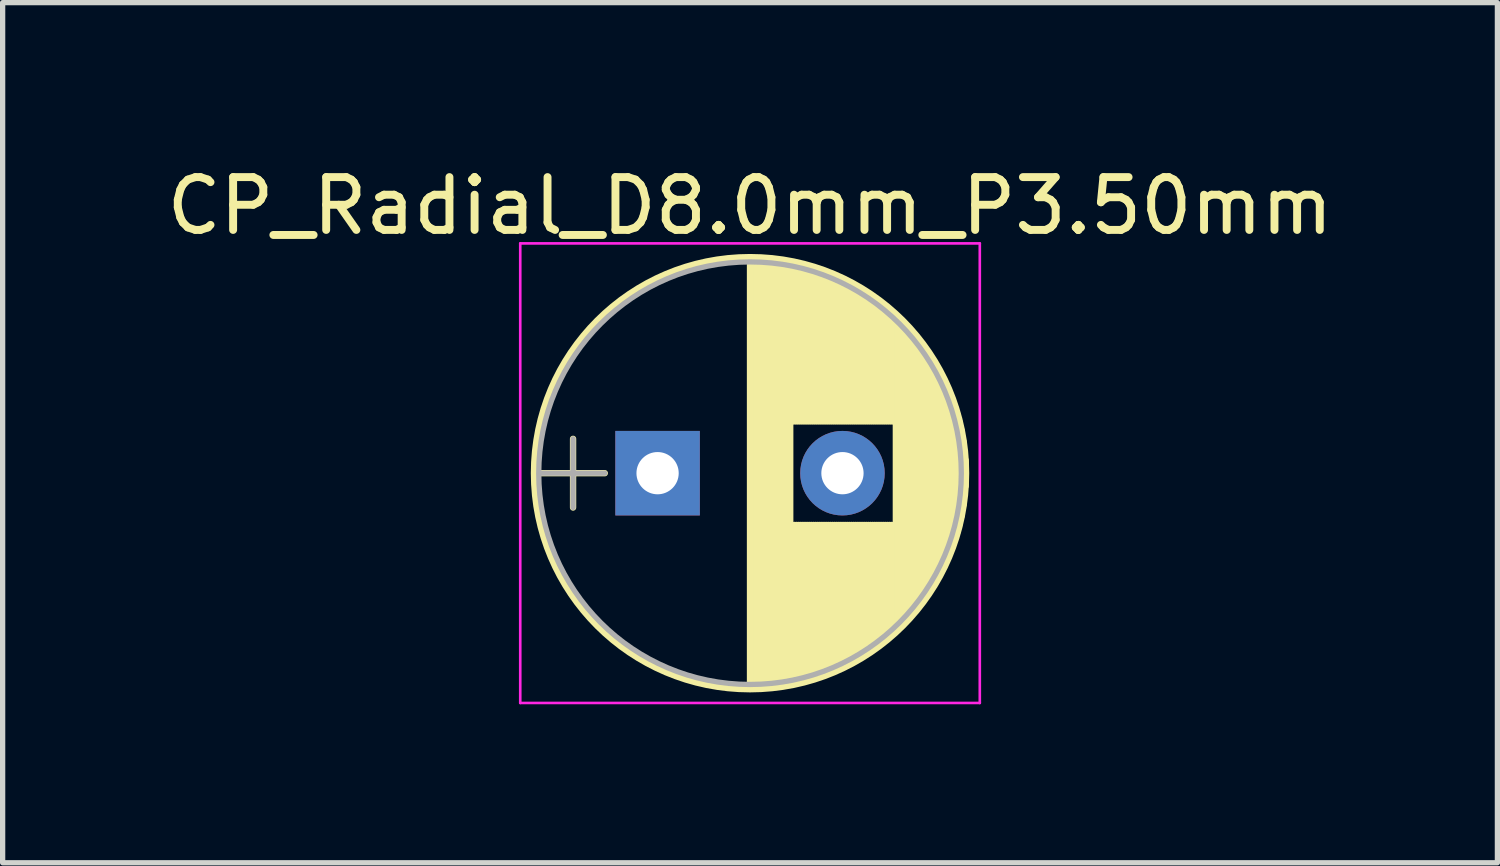
<source format=kicad_pcb>
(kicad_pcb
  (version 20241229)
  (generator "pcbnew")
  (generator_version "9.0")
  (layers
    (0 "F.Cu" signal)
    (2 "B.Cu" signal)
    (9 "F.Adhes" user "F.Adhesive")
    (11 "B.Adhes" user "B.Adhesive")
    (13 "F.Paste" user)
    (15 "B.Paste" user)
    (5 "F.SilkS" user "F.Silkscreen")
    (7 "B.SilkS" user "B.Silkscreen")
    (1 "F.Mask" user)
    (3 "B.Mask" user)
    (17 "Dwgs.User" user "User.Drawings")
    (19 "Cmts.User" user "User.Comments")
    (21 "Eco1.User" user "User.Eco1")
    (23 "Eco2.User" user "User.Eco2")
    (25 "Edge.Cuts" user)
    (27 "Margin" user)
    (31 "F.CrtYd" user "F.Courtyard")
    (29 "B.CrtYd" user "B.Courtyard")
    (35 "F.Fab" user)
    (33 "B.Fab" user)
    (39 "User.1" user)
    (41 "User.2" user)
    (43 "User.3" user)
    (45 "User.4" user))
  (footprint "CP_Radial_D8.0mm_P3.50mm"
    (layer "F.Cu")
    (at 9.399 5.908)
    (property "Reference" "CP_Radial_D8.0mm_P3.50mm" (at 1.75 -5.06 0) (layer "F.SilkS") (effects (font (size 1 1) (thickness 0.15))))
    (attr through_hole)
    (fp_line (start -2.2 0) (end -1 0) (stroke (width 0.12) (type solid)) (layer "F.SilkS"))
    (fp_line (start -1.6 -0.65) (end -1.6 0.65) (stroke (width 0.12) (type solid)) (layer "F.SilkS"))
    (fp_line (start 1.75 -4.05) (end 1.75 4.05) (stroke (width 0.12) (type solid)) (layer "F.SilkS"))
    (fp_line (start 1.79 -4.05) (end 1.79 4.05) (stroke (width 0.12) (type solid)) (layer "F.SilkS"))
    (fp_line (start 1.83 -4.05) (end 1.83 4.05) (stroke (width 0.12) (type solid)) (layer "F.SilkS"))
    (fp_line (start 1.87 -4.049) (end 1.87 4.049) (stroke (width 0.12) (type solid)) (layer "F.SilkS"))
    (fp_line (start 1.91 -4.047) (end 1.91 4.047) (stroke (width 0.12) (type solid)) (layer "F.SilkS"))
    (fp_line (start 1.95 -4.046) (end 1.95 4.046) (stroke (width 0.12) (type solid)) (layer "F.SilkS"))
    (fp_line (start 1.99 -4.043) (end 1.99 4.043) (stroke (width 0.12) (type solid)) (layer "F.SilkS"))
    (fp_line (start 2.03 -4.041) (end 2.03 4.041) (stroke (width 0.12) (type solid)) (layer "F.SilkS"))
    (fp_line (start 2.07 -4.038) (end 2.07 4.038) (stroke (width 0.12) (type solid)) (layer "F.SilkS"))
    (fp_line (start 2.11 -4.035) (end 2.11 4.035) (stroke (width 0.12) (type solid)) (layer "F.SilkS"))
    (fp_line (start 2.15 -4.031) (end 2.15 4.031) (stroke (width 0.12) (type solid)) (layer "F.SilkS"))
    (fp_line (start 2.19 -4.027) (end 2.19 4.027) (stroke (width 0.12) (type solid)) (layer "F.SilkS"))
    (fp_line (start 2.23 -4.022) (end 2.23 4.022) (stroke (width 0.12) (type solid)) (layer "F.SilkS"))
    (fp_line (start 2.27 -4.017) (end 2.27 4.017) (stroke (width 0.12) (type solid)) (layer "F.SilkS"))
    (fp_line (start 2.31 -4.012) (end 2.31 4.012) (stroke (width 0.12) (type solid)) (layer "F.SilkS"))
    (fp_line (start 2.35 -4.006) (end 2.35 4.006) (stroke (width 0.12) (type solid)) (layer "F.SilkS"))
    (fp_line (start 2.39 -4) (end 2.39 4) (stroke (width 0.12) (type solid)) (layer "F.SilkS"))
    (fp_line (start 2.43 -3.994) (end 2.43 3.994) (stroke (width 0.12) (type solid)) (layer "F.SilkS"))
    (fp_line (start 2.471 -3.987) (end 2.471 3.987) (stroke (width 0.12) (type solid)) (layer "F.SilkS"))
    (fp_line (start 2.511 -3.979) (end 2.511 3.979) (stroke (width 0.12) (type solid)) (layer "F.SilkS"))
    (fp_line (start 2.551 -3.971) (end 2.551 -0.98) (stroke (width 0.12) (type solid)) (layer "F.SilkS"))
    (fp_line (start 2.551 0.98) (end 2.551 3.971) (stroke (width 0.12) (type solid)) (layer "F.SilkS"))
    (fp_line (start 2.591 -3.963) (end 2.591 -0.98) (stroke (width 0.12) (type solid)) (layer "F.SilkS"))
    (fp_line (start 2.591 0.98) (end 2.591 3.963) (stroke (width 0.12) (type solid)) (layer "F.SilkS"))
    (fp_line (start 2.631 -3.955) (end 2.631 -0.98) (stroke (width 0.12) (type solid)) (layer "F.SilkS"))
    (fp_line (start 2.631 0.98) (end 2.631 3.955) (stroke (width 0.12) (type solid)) (layer "F.SilkS"))
    (fp_line (start 2.671 -3.946) (end 2.671 -0.98) (stroke (width 0.12) (type solid)) (layer "F.SilkS"))
    (fp_line (start 2.671 0.98) (end 2.671 3.946) (stroke (width 0.12) (type solid)) (layer "F.SilkS"))
    (fp_line (start 2.711 -3.936) (end 2.711 -0.98) (stroke (width 0.12) (type solid)) (layer "F.SilkS"))
    (fp_line (start 2.711 0.98) (end 2.711 3.936) (stroke (width 0.12) (type solid)) (layer "F.SilkS"))
    (fp_line (start 2.751 -3.926) (end 2.751 -0.98) (stroke (width 0.12) (type solid)) (layer "F.SilkS"))
    (fp_line (start 2.751 0.98) (end 2.751 3.926) (stroke (width 0.12) (type solid)) (layer "F.SilkS"))
    (fp_line (start 2.791 -3.916) (end 2.791 -0.98) (stroke (width 0.12) (type solid)) (layer "F.SilkS"))
    (fp_line (start 2.791 0.98) (end 2.791 3.916) (stroke (width 0.12) (type solid)) (layer "F.SilkS"))
    (fp_line (start 2.831 -3.905) (end 2.831 -0.98) (stroke (width 0.12) (type solid)) (layer "F.SilkS"))
    (fp_line (start 2.831 0.98) (end 2.831 3.905) (stroke (width 0.12) (type solid)) (layer "F.SilkS"))
    (fp_line (start 2.871 -3.894) (end 2.871 -0.98) (stroke (width 0.12) (type solid)) (layer "F.SilkS"))
    (fp_line (start 2.871 0.98) (end 2.871 3.894) (stroke (width 0.12) (type solid)) (layer "F.SilkS"))
    (fp_line (start 2.911 -3.883) (end 2.911 -0.98) (stroke (width 0.12) (type solid)) (layer "F.SilkS"))
    (fp_line (start 2.911 0.98) (end 2.911 3.883) (stroke (width 0.12) (type solid)) (layer "F.SilkS"))
    (fp_line (start 2.951 -3.87) (end 2.951 -0.98) (stroke (width 0.12) (type solid)) (layer "F.SilkS"))
    (fp_line (start 2.951 0.98) (end 2.951 3.87) (stroke (width 0.12) (type solid)) (layer "F.SilkS"))
    (fp_line (start 2.991 -3.858) (end 2.991 -0.98) (stroke (width 0.12) (type solid)) (layer "F.SilkS"))
    (fp_line (start 2.991 0.98) (end 2.991 3.858) (stroke (width 0.12) (type solid)) (layer "F.SilkS"))
    (fp_line (start 3.031 -3.845) (end 3.031 -0.98) (stroke (width 0.12) (type solid)) (layer "F.SilkS"))
    (fp_line (start 3.031 0.98) (end 3.031 3.845) (stroke (width 0.12) (type solid)) (layer "F.SilkS"))
    (fp_line (start 3.071 -3.832) (end 3.071 -0.98) (stroke (width 0.12) (type solid)) (layer "F.SilkS"))
    (fp_line (start 3.071 0.98) (end 3.071 3.832) (stroke (width 0.12) (type solid)) (layer "F.SilkS"))
    (fp_line (start 3.111 -3.818) (end 3.111 -0.98) (stroke (width 0.12) (type solid)) (layer "F.SilkS"))
    (fp_line (start 3.111 0.98) (end 3.111 3.818) (stroke (width 0.12) (type solid)) (layer "F.SilkS"))
    (fp_line (start 3.151 -3.803) (end 3.151 -0.98) (stroke (width 0.12) (type solid)) (layer "F.SilkS"))
    (fp_line (start 3.151 0.98) (end 3.151 3.803) (stroke (width 0.12) (type solid)) (layer "F.SilkS"))
    (fp_line (start 3.191 -3.789) (end 3.191 -0.98) (stroke (width 0.12) (type solid)) (layer "F.SilkS"))
    (fp_line (start 3.191 0.98) (end 3.191 3.789) (stroke (width 0.12) (type solid)) (layer "F.SilkS"))
    (fp_line (start 3.231 -3.773) (end 3.231 -0.98) (stroke (width 0.12) (type solid)) (layer "F.SilkS"))
    (fp_line (start 3.231 0.98) (end 3.231 3.773) (stroke (width 0.12) (type solid)) (layer "F.SilkS"))
    (fp_line (start 3.271 -3.758) (end 3.271 -0.98) (stroke (width 0.12) (type solid)) (layer "F.SilkS"))
    (fp_line (start 3.271 0.98) (end 3.271 3.758) (stroke (width 0.12) (type solid)) (layer "F.SilkS"))
    (fp_line (start 3.311 -3.741) (end 3.311 -0.98) (stroke (width 0.12) (type solid)) (layer "F.SilkS"))
    (fp_line (start 3.311 0.98) (end 3.311 3.741) (stroke (width 0.12) (type solid)) (layer "F.SilkS"))
    (fp_line (start 3.351 -3.725) (end 3.351 -0.98) (stroke (width 0.12) (type solid)) (layer "F.SilkS"))
    (fp_line (start 3.351 0.98) (end 3.351 3.725) (stroke (width 0.12) (type solid)) (layer "F.SilkS"))
    (fp_line (start 3.391 -3.707) (end 3.391 -0.98) (stroke (width 0.12) (type solid)) (layer "F.SilkS"))
    (fp_line (start 3.391 0.98) (end 3.391 3.707) (stroke (width 0.12) (type solid)) (layer "F.SilkS"))
    (fp_line (start 3.431 -3.69) (end 3.431 -0.98) (stroke (width 0.12) (type solid)) (layer "F.SilkS"))
    (fp_line (start 3.431 0.98) (end 3.431 3.69) (stroke (width 0.12) (type solid)) (layer "F.SilkS"))
    (fp_line (start 3.471 -3.671) (end 3.471 -0.98) (stroke (width 0.12) (type solid)) (layer "F.SilkS"))
    (fp_line (start 3.471 0.98) (end 3.471 3.671) (stroke (width 0.12) (type solid)) (layer "F.SilkS"))
    (fp_line (start 3.511 -3.652) (end 3.511 -0.98) (stroke (width 0.12) (type solid)) (layer "F.SilkS"))
    (fp_line (start 3.511 0.98) (end 3.511 3.652) (stroke (width 0.12) (type solid)) (layer "F.SilkS"))
    (fp_line (start 3.551 -3.633) (end 3.551 -0.98) (stroke (width 0.12) (type solid)) (layer "F.SilkS"))
    (fp_line (start 3.551 0.98) (end 3.551 3.633) (stroke (width 0.12) (type solid)) (layer "F.SilkS"))
    (fp_line (start 3.591 -3.613) (end 3.591 -0.98) (stroke (width 0.12) (type solid)) (layer "F.SilkS"))
    (fp_line (start 3.591 0.98) (end 3.591 3.613) (stroke (width 0.12) (type solid)) (layer "F.SilkS"))
    (fp_line (start 3.631 -3.593) (end 3.631 -0.98) (stroke (width 0.12) (type solid)) (layer "F.SilkS"))
    (fp_line (start 3.631 0.98) (end 3.631 3.593) (stroke (width 0.12) (type solid)) (layer "F.SilkS"))
    (fp_line (start 3.671 -3.572) (end 3.671 -0.98) (stroke (width 0.12) (type solid)) (layer "F.SilkS"))
    (fp_line (start 3.671 0.98) (end 3.671 3.572) (stroke (width 0.12) (type solid)) (layer "F.SilkS"))
    (fp_line (start 3.711 -3.55) (end 3.711 -0.98) (stroke (width 0.12) (type solid)) (layer "F.SilkS"))
    (fp_line (start 3.711 0.98) (end 3.711 3.55) (stroke (width 0.12) (type solid)) (layer "F.SilkS"))
    (fp_line (start 3.751 -3.528) (end 3.751 -0.98) (stroke (width 0.12) (type solid)) (layer "F.SilkS"))
    (fp_line (start 3.751 0.98) (end 3.751 3.528) (stroke (width 0.12) (type solid)) (layer "F.SilkS"))
    (fp_line (start 3.791 -3.505) (end 3.791 -0.98) (stroke (width 0.12) (type solid)) (layer "F.SilkS"))
    (fp_line (start 3.791 0.98) (end 3.791 3.505) (stroke (width 0.12) (type solid)) (layer "F.SilkS"))
    (fp_line (start 3.831 -3.482) (end 3.831 -0.98) (stroke (width 0.12) (type solid)) (layer "F.SilkS"))
    (fp_line (start 3.831 0.98) (end 3.831 3.482) (stroke (width 0.12) (type solid)) (layer "F.SilkS"))
    (fp_line (start 3.871 -3.458) (end 3.871 -0.98) (stroke (width 0.12) (type solid)) (layer "F.SilkS"))
    (fp_line (start 3.871 0.98) (end 3.871 3.458) (stroke (width 0.12) (type solid)) (layer "F.SilkS"))
    (fp_line (start 3.911 -3.434) (end 3.911 -0.98) (stroke (width 0.12) (type solid)) (layer "F.SilkS"))
    (fp_line (start 3.911 0.98) (end 3.911 3.434) (stroke (width 0.12) (type solid)) (layer "F.SilkS"))
    (fp_line (start 3.951 -3.408) (end 3.951 -0.98) (stroke (width 0.12) (type solid)) (layer "F.SilkS"))
    (fp_line (start 3.951 0.98) (end 3.951 3.408) (stroke (width 0.12) (type solid)) (layer "F.SilkS"))
    (fp_line (start 3.991 -3.383) (end 3.991 -0.98) (stroke (width 0.12) (type solid)) (layer "F.SilkS"))
    (fp_line (start 3.991 0.98) (end 3.991 3.383) (stroke (width 0.12) (type solid)) (layer "F.SilkS"))
    (fp_line (start 4.031 -3.356) (end 4.031 -0.98) (stroke (width 0.12) (type solid)) (layer "F.SilkS"))
    (fp_line (start 4.031 0.98) (end 4.031 3.356) (stroke (width 0.12) (type solid)) (layer "F.SilkS"))
    (fp_line (start 4.071 -3.329) (end 4.071 -0.98) (stroke (width 0.12) (type solid)) (layer "F.SilkS"))
    (fp_line (start 4.071 0.98) (end 4.071 3.329) (stroke (width 0.12) (type solid)) (layer "F.SilkS"))
    (fp_line (start 4.111 -3.301) (end 4.111 -0.98) (stroke (width 0.12) (type solid)) (layer "F.SilkS"))
    (fp_line (start 4.111 0.98) (end 4.111 3.301) (stroke (width 0.12) (type solid)) (layer "F.SilkS"))
    (fp_line (start 4.151 -3.272) (end 4.151 -0.98) (stroke (width 0.12) (type solid)) (layer "F.SilkS"))
    (fp_line (start 4.151 0.98) (end 4.151 3.272) (stroke (width 0.12) (type solid)) (layer "F.SilkS"))
    (fp_line (start 4.191 -3.243) (end 4.191 -0.98) (stroke (width 0.12) (type solid)) (layer "F.SilkS"))
    (fp_line (start 4.191 0.98) (end 4.191 3.243) (stroke (width 0.12) (type solid)) (layer "F.SilkS"))
    (fp_line (start 4.231 -3.213) (end 4.231 -0.98) (stroke (width 0.12) (type solid)) (layer "F.SilkS"))
    (fp_line (start 4.231 0.98) (end 4.231 3.213) (stroke (width 0.12) (type solid)) (layer "F.SilkS"))
    (fp_line (start 4.271 -3.182) (end 4.271 -0.98) (stroke (width 0.12) (type solid)) (layer "F.SilkS"))
    (fp_line (start 4.271 0.98) (end 4.271 3.182) (stroke (width 0.12) (type solid)) (layer "F.SilkS"))
    (fp_line (start 4.311 -3.15) (end 4.311 -0.98) (stroke (width 0.12) (type solid)) (layer "F.SilkS"))
    (fp_line (start 4.311 0.98) (end 4.311 3.15) (stroke (width 0.12) (type solid)) (layer "F.SilkS"))
    (fp_line (start 4.351 -3.118) (end 4.351 -0.98) (stroke (width 0.12) (type solid)) (layer "F.SilkS"))
    (fp_line (start 4.351 0.98) (end 4.351 3.118) (stroke (width 0.12) (type solid)) (layer "F.SilkS"))
    (fp_line (start 4.391 -3.084) (end 4.391 -0.98) (stroke (width 0.12) (type solid)) (layer "F.SilkS"))
    (fp_line (start 4.391 0.98) (end 4.391 3.084) (stroke (width 0.12) (type solid)) (layer "F.SilkS"))
    (fp_line (start 4.431 -3.05) (end 4.431 -0.98) (stroke (width 0.12) (type solid)) (layer "F.SilkS"))
    (fp_line (start 4.431 0.98) (end 4.431 3.05) (stroke (width 0.12) (type solid)) (layer "F.SilkS"))
    (fp_line (start 4.471 -3.015) (end 4.471 -0.98) (stroke (width 0.12) (type solid)) (layer "F.SilkS"))
    (fp_line (start 4.471 0.98) (end 4.471 3.015) (stroke (width 0.12) (type solid)) (layer "F.SilkS"))
    (fp_line (start 4.511 -2.979) (end 4.511 2.979) (stroke (width 0.12) (type solid)) (layer "F.SilkS"))
    (fp_line (start 4.551 -2.942) (end 4.551 2.942) (stroke (width 0.12) (type solid)) (layer "F.SilkS"))
    (fp_line (start 4.591 -2.904) (end 4.591 2.904) (stroke (width 0.12) (type solid)) (layer "F.SilkS"))
    (fp_line (start 4.631 -2.865) (end 4.631 2.865) (stroke (width 0.12) (type solid)) (layer "F.SilkS"))
    (fp_line (start 4.671 -2.824) (end 4.671 2.824) (stroke (width 0.12) (type solid)) (layer "F.SilkS"))
    (fp_line (start 4.711 -2.783) (end 4.711 2.783) (stroke (width 0.12) (type solid)) (layer "F.SilkS"))
    (fp_line (start 4.751 -2.74) (end 4.751 2.74) (stroke (width 0.12) (type solid)) (layer "F.SilkS"))
    (fp_line (start 4.791 -2.697) (end 4.791 2.697) (stroke (width 0.12) (type solid)) (layer "F.SilkS"))
    (fp_line (start 4.831 -2.652) (end 4.831 2.652) (stroke (width 0.12) (type solid)) (layer "F.SilkS"))
    (fp_line (start 4.871 -2.605) (end 4.871 2.605) (stroke (width 0.12) (type solid)) (layer "F.SilkS"))
    (fp_line (start 4.911 -2.557) (end 4.911 2.557) (stroke (width 0.12) (type solid)) (layer "F.SilkS"))
    (fp_line (start 4.951 -2.508) (end 4.951 2.508) (stroke (width 0.12) (type solid)) (layer "F.SilkS"))
    (fp_line (start 4.991 -2.457) (end 4.991 2.457) (stroke (width 0.12) (type solid)) (layer "F.SilkS"))
    (fp_line (start 5.031 -2.404) (end 5.031 2.404) (stroke (width 0.12) (type solid)) (layer "F.SilkS"))
    (fp_line (start 5.071 -2.349) (end 5.071 2.349) (stroke (width 0.12) (type solid)) (layer "F.SilkS"))
    (fp_line (start 5.111 -2.293) (end 5.111 2.293) (stroke (width 0.12) (type solid)) (layer "F.SilkS"))
    (fp_line (start 5.151 -2.234) (end 5.151 2.234) (stroke (width 0.12) (type solid)) (layer "F.SilkS"))
    (fp_line (start 5.191 -2.173) (end 5.191 2.173) (stroke (width 0.12) (type solid)) (layer "F.SilkS"))
    (fp_line (start 5.231 -2.109) (end 5.231 2.109) (stroke (width 0.12) (type solid)) (layer "F.SilkS"))
    (fp_line (start 5.271 -2.043) (end 5.271 2.043) (stroke (width 0.12) (type solid)) (layer "F.SilkS"))
    (fp_line (start 5.311 -1.974) (end 5.311 1.974) (stroke (width 0.12) (type solid)) (layer "F.SilkS"))
    (fp_line (start 5.351 -1.902) (end 5.351 1.902) (stroke (width 0.12) (type solid)) (layer "F.SilkS"))
    (fp_line (start 5.391 -1.826) (end 5.391 1.826) (stroke (width 0.12) (type solid)) (layer "F.SilkS"))
    (fp_line (start 5.431 -1.745) (end 5.431 1.745) (stroke (width 0.12) (type solid)) (layer "F.SilkS"))
    (fp_line (start 5.471 -1.66) (end 5.471 1.66) (stroke (width 0.12) (type solid)) (layer "F.SilkS"))
    (fp_line (start 5.511 -1.57) (end 5.511 1.57) (stroke (width 0.12) (type solid)) (layer "F.SilkS"))
    (fp_line (start 5.551 -1.473) (end 5.551 1.473) (stroke (width 0.12) (type solid)) (layer "F.SilkS"))
    (fp_line (start 5.591 -1.369) (end 5.591 1.369) (stroke (width 0.12) (type solid)) (layer "F.SilkS"))
    (fp_line (start 5.631 -1.254) (end 5.631 1.254) (stroke (width 0.12) (type solid)) (layer "F.SilkS"))
    (fp_line (start 5.671 -1.127) (end 5.671 1.127) (stroke (width 0.12) (type solid)) (layer "F.SilkS"))
    (fp_line (start 5.711 -0.983) (end 5.711 0.983) (stroke (width 0.12) (type solid)) (layer "F.SilkS"))
    (fp_line (start 5.751 -0.814) (end 5.751 0.814) (stroke (width 0.12) (type solid)) (layer "F.SilkS"))
    (fp_line (start 5.791 -0.598) (end 5.791 0.598) (stroke (width 0.12) (type solid)) (layer "F.SilkS"))
    (fp_line (start 5.831 -0.246) (end 5.831 0.246) (stroke (width 0.12) (type solid)) (layer "F.SilkS"))
    (fp_circle (center 1.75 0) (end 5.84 0) (stroke (width 0.12) (type solid)) (fill no) (layer "F.SilkS"))
    (fp_line (start -2.6 -4.35) (end -2.6 4.35) (stroke (width 0.05) (type solid)) (layer "F.CrtYd"))
    (fp_line (start -2.6 4.35) (end 6.1 4.35) (stroke (width 0.05) (type solid)) (layer "F.CrtYd"))
    (fp_line (start 6.1 -4.35) (end -2.6 -4.35) (stroke (width 0.05) (type solid)) (layer "F.CrtYd"))
    (fp_line (start 6.1 4.35) (end 6.1 -4.35) (stroke (width 0.05) (type solid)) (layer "F.CrtYd"))
    (fp_line (start -2.2 0) (end -1 0) (stroke (width 0.1) (type solid)) (layer "F.Fab"))
    (fp_line (start -1.6 -0.65) (end -1.6 0.65) (stroke (width 0.1) (type solid)) (layer "F.Fab"))
    (fp_circle (center 1.75 0) (end 5.75 0) (stroke (width 0.1) (type solid)) (fill no) (layer "F.Fab"))
    (pad "1" thru_hole rect (at 0 0) (size 1.6 1.6) (drill 0.8) (layers "*.Cu" "*.Mask"))
    (pad "2" thru_hole circle (at 3.5 0) (size 1.6 1.6) (drill 0.8) (layers "*.Cu" "*.Mask")))
  (gr_rect
    (start -3 -3)
    (end 25.298 13.283)
    (stroke (width 0.1) (type default))
    (fill no)
    (layer "Edge.Cuts")))
</source>
